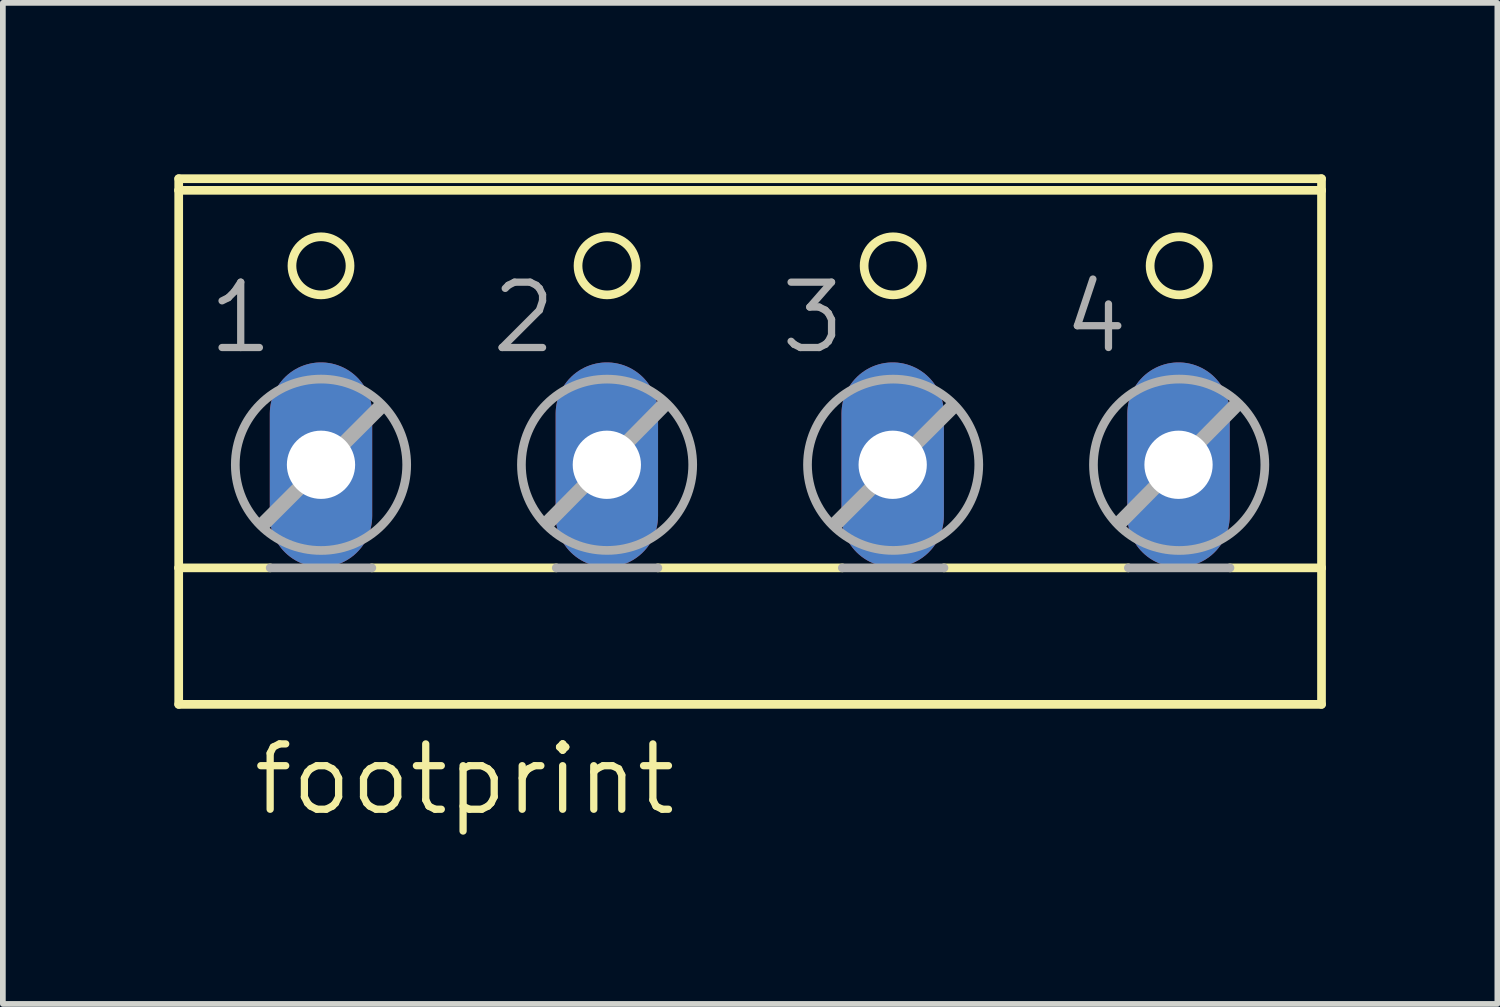
<source format=kicad_pcb>
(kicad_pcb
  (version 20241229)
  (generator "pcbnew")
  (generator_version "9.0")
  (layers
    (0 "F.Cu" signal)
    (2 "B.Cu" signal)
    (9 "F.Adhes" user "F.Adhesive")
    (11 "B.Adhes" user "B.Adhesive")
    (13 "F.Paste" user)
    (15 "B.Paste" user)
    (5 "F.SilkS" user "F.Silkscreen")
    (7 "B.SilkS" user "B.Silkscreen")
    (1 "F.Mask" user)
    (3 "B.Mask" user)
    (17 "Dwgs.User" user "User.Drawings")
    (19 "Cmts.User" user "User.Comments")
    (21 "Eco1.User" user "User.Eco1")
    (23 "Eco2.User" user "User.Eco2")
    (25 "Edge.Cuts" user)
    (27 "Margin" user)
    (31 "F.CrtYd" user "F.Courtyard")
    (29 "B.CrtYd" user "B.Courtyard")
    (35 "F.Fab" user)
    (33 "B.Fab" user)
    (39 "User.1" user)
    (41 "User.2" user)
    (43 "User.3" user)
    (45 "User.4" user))
  (footprint "footprint"
    (layer "F.Cu")
    (at 10.065 3.81)
    (property "Reference" "footprint" (at -8.745 7.442 0) (layer "F.SilkS") (effects (font (size 1.143 1.143) (thickness 0.127)) (justify left bottom)))
    (fp_line (start -9.989 -3.531) (end -9.989 -3.734) (stroke (width 0.152) (type solid)) (layer "F.SilkS"))
    (fp_line (start -9.989 -3.531) (end 10.001 -3.531) (stroke (width 0.152) (type solid)) (layer "F.SilkS"))
    (fp_line (start -9.989 3.073) (end -9.989 -3.531) (stroke (width 0.152) (type solid)) (layer "F.SilkS"))
    (fp_line (start -9.989 3.073) (end -8.389 3.073) (stroke (width 0.152) (type solid)) (layer "F.SilkS"))
    (fp_line (start -9.989 5.461) (end -9.989 3.073) (stroke (width 0.152) (type solid)) (layer "F.SilkS"))
    (fp_line (start -9.989 5.461) (end 10.001 5.461) (stroke (width 0.152) (type solid)) (layer "F.SilkS"))
    (fp_line (start -6.611 3.073) (end -3.385 3.073) (stroke (width 0.152) (type solid)) (layer "F.SilkS"))
    (fp_line (start -1.607 3.073) (end 1.619 3.073) (stroke (width 0.152) (type solid)) (layer "F.SilkS"))
    (fp_line (start 3.397 3.073) (end 6.622 3.073) (stroke (width 0.152) (type solid)) (layer "F.SilkS"))
    (fp_line (start 8.4 3.073) (end 10.001 3.073) (stroke (width 0.152) (type solid)) (layer "F.SilkS"))
    (fp_line (start 10.001 -3.734) (end -9.989 -3.734) (stroke (width 0.152) (type solid)) (layer "F.SilkS"))
    (fp_line (start 10.001 -3.734) (end 10.001 -3.531) (stroke (width 0.152) (type solid)) (layer "F.SilkS"))
    (fp_line (start 10.001 -3.531) (end 10.001 3.073) (stroke (width 0.152) (type solid)) (layer "F.SilkS"))
    (fp_line (start 10.001 3.073) (end 10.001 5.461) (stroke (width 0.152) (type solid)) (layer "F.SilkS"))
    (fp_circle (center -7.5 -2.21) (end -6.992 -2.21) (stroke (width 0.152) (type solid)) (fill no) (layer "F.SilkS"))
    (fp_circle (center -2.496 -2.21) (end -1.988 -2.21) (stroke (width 0.152) (type solid)) (fill no) (layer "F.SilkS"))
    (fp_circle (center 2.508 -2.21) (end 3.016 -2.21) (stroke (width 0.152) (type solid)) (fill no) (layer "F.SilkS"))
    (fp_circle (center 7.511 -2.21) (end 8.019 -2.21) (stroke (width 0.152) (type solid)) (fill no) (layer "F.SilkS"))
    (fp_line (start -8.491 2.286) (end -6.484 0.279) (stroke (width 0.254) (type solid)) (layer "F.Fab"))
    (fp_line (start -8.389 3.073) (end -6.611 3.073) (stroke (width 0.152) (type solid)) (layer "F.Fab"))
    (fp_line (start -3.512 2.261) (end -1.531 0.254) (stroke (width 0.254) (type solid)) (layer "F.Fab"))
    (fp_line (start -3.385 3.073) (end -1.607 3.073) (stroke (width 0.152) (type solid)) (layer "F.Fab"))
    (fp_line (start 1.517 2.286) (end 3.524 0.279) (stroke (width 0.254) (type solid)) (layer "F.Fab"))
    (fp_line (start 1.619 3.073) (end 3.397 3.073) (stroke (width 0.152) (type solid)) (layer "F.Fab"))
    (fp_line (start 6.495 2.261) (end 8.477 0.254) (stroke (width 0.254) (type solid)) (layer "F.Fab"))
    (fp_line (start 6.622 3.073) (end 8.4 3.073) (stroke (width 0.152) (type solid)) (layer "F.Fab"))
    (fp_circle (center -7.5 1.27) (end -6.001 1.27) (stroke (width 0.152) (type solid)) (fill no) (layer "F.Fab"))
    (fp_circle (center -2.496 1.27) (end -0.998 1.27) (stroke (width 0.152) (type solid)) (fill no) (layer "F.Fab"))
    (fp_circle (center 2.508 1.27) (end 4.006 1.27) (stroke (width 0.152) (type solid)) (fill no) (layer "F.Fab"))
    (fp_circle (center 7.511 1.27) (end 9.01 1.27) (stroke (width 0.152) (type solid)) (fill no) (layer "F.Fab"))
    (fp_text user "1" (at -9.532 -0.635 0) (layer "F.Fab") (effects (font (size 1.143 1.143) (thickness 0.127)) (justify left bottom)))
    (fp_text user "4" (at 5.429 -0.635 0) (layer "F.Fab") (effects (font (size 1.143 1.143) (thickness 0.127)) (justify left bottom)))
    (fp_text user "3" (at 0.476 -0.635 0) (layer "F.Fab") (effects (font (size 1.143 1.143) (thickness 0.127)) (justify left bottom)))
    (fp_text user "2" (at -4.579 -0.635 0) (layer "F.Fab") (effects (font (size 1.143 1.143) (thickness 0.127)) (justify left bottom)))
    (pad "1" thru_hole oval (at -7.5 1.27 90) (size 3.581 1.791) (drill 1.194) (layers "*.Cu" "*.Mask"))
    (pad "2" thru_hole oval (at -2.5 1.27 90) (size 3.581 1.791) (drill 1.194) (layers "*.Cu" "*.Mask"))
    (pad "3" thru_hole oval (at 2.5 1.27 90) (size 3.581 1.791) (drill 1.194) (layers "*.Cu" "*.Mask"))
    (pad "4" thru_hole oval (at 7.5 1.27 90) (size 3.581 1.791) (drill 1.194) (layers "*.Cu" "*.Mask")))
  (gr_rect
    (start -3 -3)
    (end 23.142 14.511)
    (stroke (width 0.1) (type default))
    (fill no)
    (layer "Edge.Cuts")))
</source>
